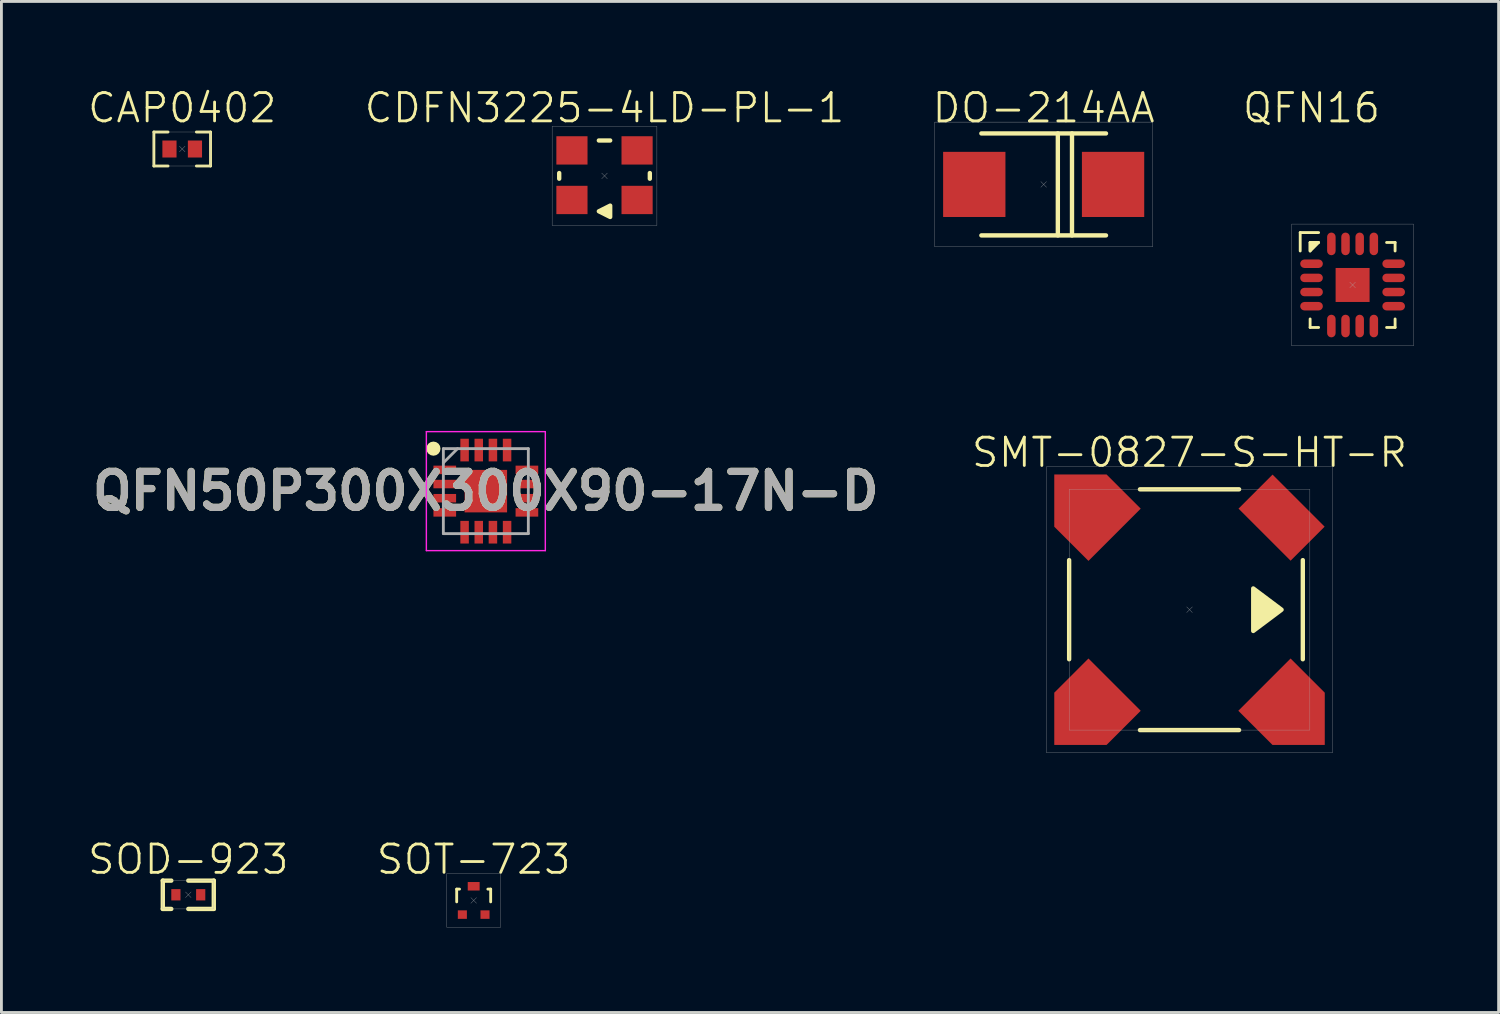
<source format=kicad_pcb>
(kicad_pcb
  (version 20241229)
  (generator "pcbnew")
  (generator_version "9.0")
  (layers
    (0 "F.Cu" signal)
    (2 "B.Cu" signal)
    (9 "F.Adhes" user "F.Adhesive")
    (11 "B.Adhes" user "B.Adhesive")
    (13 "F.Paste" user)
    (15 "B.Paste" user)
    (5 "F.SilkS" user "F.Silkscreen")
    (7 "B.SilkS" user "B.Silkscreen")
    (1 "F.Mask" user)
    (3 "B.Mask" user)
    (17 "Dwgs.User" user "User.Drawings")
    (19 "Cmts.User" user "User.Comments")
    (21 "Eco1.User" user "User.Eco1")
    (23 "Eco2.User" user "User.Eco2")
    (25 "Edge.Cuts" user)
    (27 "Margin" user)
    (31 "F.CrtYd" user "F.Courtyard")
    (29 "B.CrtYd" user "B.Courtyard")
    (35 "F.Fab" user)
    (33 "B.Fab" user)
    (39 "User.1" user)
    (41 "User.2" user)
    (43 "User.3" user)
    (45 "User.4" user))
  (footprint "SMT-0827-S-HT-R"
    (layer "F.Cu")
    (at 38.947 18.476)
    (property "Reference" "SMT-0827-S-HT-R" (at 0 -5.55 0) (unlocked yes) (layer "F.SilkS") (effects (font (size 1 1) (thickness 0.1))))
    (attr smd)
    (fp_line (start -4.25 -1.75) (end -4.25 1.75) (stroke (width 0.154) (type default)) (layer "F.SilkS"))
    (fp_line (start -1.75 -4.25) (end 1.75 -4.25) (stroke (width 0.154) (type default)) (layer "F.SilkS"))
    (fp_line (start -1.75 4.25) (end 1.75 4.25) (stroke (width 0.154) (type default)) (layer "F.SilkS"))
    (fp_line (start 4 -1.75) (end 4 1.75) (stroke (width 0.154) (type default)) (layer "F.SilkS"))
    (fp_poly (pts (xy 2.25 -0.75) (xy 2.25 0.75) (xy 3.25 0)) (stroke (width 0.154) (type solid)) (fill yes) (layer "F.SilkS"))
    (fp_line (start -0.1 -0.1) (end 0.1 0.1) (stroke (width 0.01) (type default)) (layer "F.Fab"))
    (fp_line (start 0.1 -0.1) (end -0.1 0.1) (stroke (width 0.01) (type default)) (layer "F.Fab"))
    (fp_rect (start -5.05 -5.05) (end 5.05 5.05) (stroke (width 0.01) (type default)) (fill no) (layer "F.Fab"))
    (fp_rect (start -4.25 -4.25) (end 4.25 4.25) (stroke (width 0.01) (type default)) (fill no) (layer "F.Fab"))
    (pad "1" smd rect (at 3.25 -3.25 315) (size 2.6 1.7) (layers "F.Cu" "F.Mask" "F.Paste"))
    (pad "2" smd custom (at -3.25 -3.25 45) (size 2.6 1.7) (layers "F.Cu" "F.Mask" "F.Paste") (options (anchor rect)) (primitives (gr_poly (pts (xy 1.3 -0.85) (xy 0 -2.15) (xy -1.3 -0.85) (xy -1.3 0.85) (xy 1.3 0.85)) (width 0.01) (fill yes))))
    (pad "3" smd custom (at -3.25 3.25 135) (size 2.6 1.7) (layers "F.Cu" "F.Mask" "F.Paste") (options (anchor rect)) (primitives (gr_poly (pts (xy 1.3 -0.85) (xy 0 -2.15) (xy -1.3 -0.85) (xy -1.3 0.85) (xy 1.3 0.85)) (width 0.01) (fill yes))))
    (pad "4" smd custom (at 3.25 3.25 225) (size 2.6 1.7) (layers "F.Cu" "F.Mask" "F.Paste") (options (anchor rect)) (primitives (gr_poly (pts (xy 1.3 -0.85) (xy 0 -2.15) (xy -1.3 -0.85) (xy -1.3 0.85) (xy 1.3 0.85)) (width 0.01) (fill yes)))))
  (footprint "SOD-923"
    (layer "F.Cu")
    (at 3.598 28.541)
    (property "Reference" "SOD-923" (at 0 -1.25 0) (unlocked yes) (layer "F.SilkS") (effects (font (size 1 1) (thickness 0.1))))
    (attr smd)
    (fp_line (start -0.9 -0.5) (end -0.6 -0.5) (stroke (width 0.154) (type default)) (layer "F.SilkS"))
    (fp_line (start -0.9 0.5) (end -0.9 -0.5) (stroke (width 0.154) (type default)) (layer "F.SilkS"))
    (fp_line (start -0.6 0.5) (end -0.9 0.5) (stroke (width 0.154) (type default)) (layer "F.SilkS"))
    (fp_line (start 0 0.5) (end 0.9 0.5) (stroke (width 0.154) (type default)) (layer "F.SilkS"))
    (fp_line (start 0.9 -0.5) (end 0 -0.5) (stroke (width 0.154) (type default)) (layer "F.SilkS"))
    (fp_line (start 0.9 0.5) (end 0.9 -0.5) (stroke (width 0.154) (type default)) (layer "F.SilkS"))
    (fp_line (start -0.1 -0.1) (end 0.1 0.1) (stroke (width 0.01) (type default)) (layer "F.Fab"))
    (fp_line (start 0.1 -0.1) (end -0.1 0.1) (stroke (width 0.01) (type default)) (layer "F.Fab"))
    (fp_rect (start -0.9 -0.5) (end 0.9 0.5) (stroke (width 0.01) (type default)) (fill no) (layer "F.Fab"))
    (pad "A" smd rect (at 0.438 0) (size 0.325 0.4) (layers "F.Cu" "F.Mask" "F.Paste"))
    (pad "K" smd rect (at -0.438 0) (size 0.325 0.4) (layers "F.Cu" "F.Mask" "F.Paste")))
  (footprint "CDFN3225-4LD-PL-1"
    (layer "F.Cu")
    (at 18.293 3.16)
    (property "Reference" "CDFN3225-4LD-PL-1" (at 0 -2.4 0) (unlocked yes) (layer "F.SilkS") (effects (font (size 1 1) (thickness 0.1))))
    (attr smd)
    (fp_line (start -1.6 0.1) (end -1.6 -0.1) (stroke (width 0.154) (type default)) (layer "F.SilkS"))
    (fp_line (start -0.2 -1.25) (end 0.2 -1.25) (stroke (width 0.154) (type default)) (layer "F.SilkS"))
    (fp_line (start 1.6 0.1) (end 1.6 -0.1) (stroke (width 0.154) (type default)) (layer "F.SilkS"))
    (fp_poly (pts (xy -0.2 1.25) (xy 0.2 1.45) (xy 0.2 1.05)) (stroke (width 0.154) (type solid)) (fill yes) (layer "F.SilkS"))
    (fp_line (start -0.1 -0.1) (end 0.1 0.1) (stroke (width 0.01) (type default)) (layer "F.Fab"))
    (fp_line (start -0.1 0.1) (end 0.1 -0.1) (stroke (width 0.01) (type default)) (layer "F.Fab"))
    (fp_rect (start -1.85 -1.75) (end 1.85 1.75) (stroke (width 0.01) (type default)) (fill no) (layer "F.Fab"))
    (pad "1" smd rect (at -1.15 0.85 180) (size 1.1 1) (layers "F.Cu" "F.Mask" "F.Paste"))
    (pad "2" smd rect (at 1.15 0.85 180) (size 1.1 1) (layers "F.Cu" "F.Mask" "F.Paste"))
    (pad "3" smd rect (at 1.15 -0.9 180) (size 1.1 1) (layers "F.Cu" "F.Mask" "F.Paste"))
    (pad "4" smd rect (at -1.15 -0.9 180) (size 1.1 1) (layers "F.Cu" "F.Mask" "F.Paste")))
  (footprint "DO-214AA"
    (layer "F.Cu")
    (at 33.798 3.461)
    (property "Reference" "DO-214AA" (at 0 -2.7 0) (unlocked yes) (layer "F.SilkS") (effects (font (size 1 1) (thickness 0.1))))
    (attr smd)
    (fp_line (start -2.2 -1.8) (end 2.2 -1.8) (stroke (width 0.154) (type default)) (layer "F.SilkS"))
    (fp_line (start -2.2 1.8) (end 2.2 1.8) (stroke (width 0.154) (type default)) (layer "F.SilkS"))
    (fp_line (start 0.5 1.8) (end 0.5 -1.8) (stroke (width 0.154) (type default)) (layer "F.SilkS"))
    (fp_line (start 1 -1.8) (end 1 1.8) (stroke (width 0.154) (type default)) (layer "F.SilkS"))
    (fp_line (start -0.1 -0.1) (end 0.1 0.1) (stroke (width 0.01) (type default)) (layer "F.Fab"))
    (fp_line (start 0.1 -0.1) (end -0.1 0.1) (stroke (width 0.01) (type default)) (layer "F.Fab"))
    (fp_rect (start -3.85 -2.2) (end 3.85 2.2) (stroke (width 0.01) (type default)) (fill no) (layer "F.Fab"))
    (pad "A" smd rect (at -2.45 0) (size 2.2 2.3) (layers "F.Cu" "F.Mask" "F.Paste"))
    (pad "K" smd rect (at 2.45 0) (size 2.2 2.3) (layers "F.Cu" "F.Mask" "F.Paste")))
  (footprint "QFN50P300X300X90-17N-D"
    (layer "F.Cu")
    (at 14.103 14.29)
    (property "Reference" "QFN50P300X300X90-17N-D" (at 0 0 0) (layer "F.SilkS") (effects (font (size 1.27 1.27) (thickness 0.254))))
    (attr smd)
    (fp_circle (center -1.85 -1.5) (end -1.85 -1.375) (stroke (width 0.25) (type solid)) (fill no) (layer "F.SilkS"))
    (fp_line (start -2.1 -2.1) (end 2.1 -2.1) (stroke (width 0.05) (type solid)) (layer "F.CrtYd"))
    (fp_line (start -2.1 2.1) (end -2.1 -2.1) (stroke (width 0.05) (type solid)) (layer "F.CrtYd"))
    (fp_line (start 2.1 -2.1) (end 2.1 2.1) (stroke (width 0.05) (type solid)) (layer "F.CrtYd"))
    (fp_line (start 2.1 2.1) (end -2.1 2.1) (stroke (width 0.05) (type solid)) (layer "F.CrtYd"))
    (fp_line (start -1.5 -1.5) (end 1.5 -1.5) (stroke (width 0.1) (type solid)) (layer "F.Fab"))
    (fp_line (start -1.5 -1) (end -1 -1.5) (stroke (width 0.1) (type solid)) (layer "F.Fab"))
    (fp_line (start -1.5 1.5) (end -1.5 -1.5) (stroke (width 0.1) (type solid)) (layer "F.Fab"))
    (fp_line (start 1.5 -1.5) (end 1.5 1.5) (stroke (width 0.1) (type solid)) (layer "F.Fab"))
    (fp_line (start 1.5 1.5) (end -1.5 1.5) (stroke (width 0.1) (type solid)) (layer "F.Fab"))
    (fp_text user "${REFERENCE}" (at 0 0 0) (layer "F.Fab") (effects (font (size 1.27 1.27) (thickness 0.254))))
    (pad "1" smd rect (at -1.45 -0.75 90) (size 0.3 0.8) (layers "F.Cu" "F.Mask" "F.Paste"))
    (pad "2" smd rect (at -1.45 -0.25 90) (size 0.3 0.8) (layers "F.Cu" "F.Mask" "F.Paste"))
    (pad "3" smd rect (at -1.45 0.25 90) (size 0.3 0.8) (layers "F.Cu" "F.Mask" "F.Paste"))
    (pad "4" smd rect (at -1.45 0.75 90) (size 0.3 0.8) (layers "F.Cu" "F.Mask" "F.Paste"))
    (pad "5" smd rect (at -0.75 1.45) (size 0.3 0.8) (layers "F.Cu" "F.Mask" "F.Paste"))
    (pad "6" smd rect (at -0.25 1.45) (size 0.3 0.8) (layers "F.Cu" "F.Mask" "F.Paste"))
    (pad "7" smd rect (at 0.25 1.45) (size 0.3 0.8) (layers "F.Cu" "F.Mask" "F.Paste"))
    (pad "8" smd rect (at 0.75 1.45) (size 0.3 0.8) (layers "F.Cu" "F.Mask" "F.Paste"))
    (pad "9" smd rect (at 1.45 0.75 90) (size 0.3 0.8) (layers "F.Cu" "F.Mask" "F.Paste"))
    (pad "10" smd rect (at 1.45 0.25 90) (size 0.3 0.8) (layers "F.Cu" "F.Mask" "F.Paste"))
    (pad "11" smd rect (at 1.45 -0.25 90) (size 0.3 0.8) (layers "F.Cu" "F.Mask" "F.Paste"))
    (pad "12" smd rect (at 1.45 -0.75 90) (size 0.3 0.8) (layers "F.Cu" "F.Mask" "F.Paste"))
    (pad "13" smd rect (at 0.75 -1.45) (size 0.3 0.8) (layers "F.Cu" "F.Mask" "F.Paste"))
    (pad "14" smd rect (at 0.25 -1.45) (size 0.3 0.8) (layers "F.Cu" "F.Mask" "F.Paste"))
    (pad "15" smd rect (at -0.25 -1.45) (size 0.3 0.8) (layers "F.Cu" "F.Mask" "F.Paste"))
    (pad "16" smd rect (at -0.75 -1.45) (size 0.3 0.8) (layers "F.Cu" "F.Mask" "F.Paste"))
    (pad "17" smd rect (at 0 0) (size 1.5 1.5) (layers "F.Cu" "F.Mask" "F.Paste")))
  (footprint "SOT-723"
    (layer "F.Cu")
    (at 13.674 28.741)
    (property "Reference" "SOT-723" (at 0 -1.45 0) (unlocked yes) (layer "F.SilkS") (effects (font (size 1 1) (thickness 0.1))))
    (attr smd)
    (fp_line (start -0.6 0.05) (end -0.6 -0.4) (stroke (width 0.1) (type default)) (layer "F.SilkS"))
    (fp_line (start -0.5 -0.4) (end -0.6 -0.4) (stroke (width 0.1) (type default)) (layer "F.SilkS"))
    (fp_line (start 0.6 -0.4) (end 0.5 -0.4) (stroke (width 0.1) (type default)) (layer "F.SilkS"))
    (fp_line (start 0.6 0.05) (end 0.6 -0.4) (stroke (width 0.1) (type default)) (layer "F.SilkS"))
    (fp_line (start -0.1 -0.1) (end 0.1 0.1) (stroke (width 0.01) (type default)) (layer "F.Fab"))
    (fp_line (start 0.1 -0.1) (end -0.1 0.1) (stroke (width 0.01) (type default)) (layer "F.Fab"))
    (fp_rect (start -0.95 -0.95) (end 0.95 0.95) (stroke (width 0.01) (type default)) (fill no) (layer "F.Fab"))
    (pad "1" smd rect (at -0.4 0.5) (size 0.32 0.3) (layers "F.Cu" "F.Mask" "F.Paste"))
    (pad "2" smd rect (at 0.4 0.5) (size 0.32 0.3) (layers "F.Cu" "F.Mask" "F.Paste"))
    (pad "3" smd rect (at 0 -0.5) (size 0.42 0.3) (layers "F.Cu" "F.Mask" "F.Paste")))
  (footprint "CAP0402"
    (layer "F.Cu")
    (at 3.383 2.211)
    (property "Reference" "CAP0402" (at 0 -1.45 0) (unlocked yes) (layer "F.SilkS") (effects (font (size 1 1) (thickness 0.1))))
    (attr smd)
    (fp_line (start -1 -0.6) (end -1 0.6) (stroke (width 0.1) (type default)) (layer "F.SilkS"))
    (fp_line (start -1 -0.6) (end -0.5 -0.6) (stroke (width 0.1) (type default)) (layer "F.SilkS"))
    (fp_line (start -1 0.6) (end -0.5 0.6) (stroke (width 0.1) (type default)) (layer "F.SilkS"))
    (fp_line (start 0.5 0.6) (end 1 0.6) (stroke (width 0.1) (type default)) (layer "F.SilkS"))
    (fp_line (start 1 -0.6) (end 0.5 -0.6) (stroke (width 0.1) (type default)) (layer "F.SilkS"))
    (fp_line (start 1 0.6) (end 1 -0.6) (stroke (width 0.1) (type default)) (layer "F.SilkS"))
    (fp_line (start -0.1 -0.1) (end 0.1 0.1) (stroke (width 0.01) (type default)) (layer "F.Fab"))
    (fp_line (start 0.1 -0.1) (end -0.1 0.1) (stroke (width 0.01) (type default)) (layer "F.Fab"))
    (fp_rect (start -1 -0.6) (end 1 0.6) (stroke (width 0.01) (type default)) (fill no) (layer "F.Fab"))
    (pad "1" smd rect (at -0.45 0) (size 0.5 0.6) (layers "F.Cu" "F.Mask" "F.Paste"))
    (pad "2" smd rect (at 0.45 0) (size 0.5 0.6) (layers "F.Cu" "F.Mask" "F.Paste")))
  (footprint "QFN16"
    (layer "F.Cu")
    (at 44.705 7.011)
    (property "Reference" "QFN16" (at -1.45 -6.25 0) (unlocked yes) (layer "F.SilkS") (effects (font (size 1 1) (thickness 0.1))))
    (attr smd)
    (fp_line (start -1.85 -1.85) (end -1.2 -1.85) (stroke (width 0.1) (type default)) (layer "F.SilkS"))
    (fp_line (start -1.85 -1.2) (end -1.85 -1.85) (stroke (width 0.1) (type default)) (layer "F.SilkS"))
    (fp_line (start -1.5 -1.5) (end -1.2 -1.5) (stroke (width 0.1) (type default)) (layer "F.SilkS"))
    (fp_line (start -1.5 -1.2) (end -1.5 -1.5) (stroke (width 0.1) (type default)) (layer "F.SilkS"))
    (fp_line (start -1.5 1.5) (end -1.5 1.2) (stroke (width 0.1) (type default)) (layer "F.SilkS"))
    (fp_line (start -1.5 1.5) (end -1.2 1.5) (stroke (width 0.1) (type default)) (layer "F.SilkS"))
    (fp_line (start 1.2 -1.5) (end 1.5 -1.5) (stroke (width 0.1) (type default)) (layer "F.SilkS"))
    (fp_line (start 1.2 1.5) (end 1.5 1.5) (stroke (width 0.1) (type default)) (layer "F.SilkS"))
    (fp_line (start 1.5 -1.2) (end 1.5 -1.5) (stroke (width 0.1) (type default)) (layer "F.SilkS"))
    (fp_line (start 1.5 1.5) (end 1.5 1.2) (stroke (width 0.1) (type default)) (layer "F.SilkS"))
    (fp_poly (pts (xy -1.5 -1.5) (xy -1.5 -1.2) (xy -1.2 -1.5)) (stroke (width 0.1) (type solid)) (fill yes) (layer "F.SilkS"))
    (fp_line (start -0.1 -0.1) (end 0.1 0.1) (stroke (width 0.01) (type default)) (layer "F.Fab"))
    (fp_line (start 0.1 -0.1) (end -0.1 0.1) (stroke (width 0.01) (type default)) (layer "F.Fab"))
    (fp_rect (start -2.15 -2.15) (end 2.15 2.15) (stroke (width 0.01) (type default)) (fill no) (layer "F.Fab"))
    (pad "1" smd roundrect (at -1.45 -0.75 90) (size 0.3 0.8) (layers "F.Cu" "F.Mask" "F.Paste") (roundrect_rratio 0.5))
    (pad "2" smd roundrect (at -1.45 -0.25 90) (size 0.3 0.8) (layers "F.Cu" "F.Mask" "F.Paste") (roundrect_rratio 0.5))
    (pad "3" smd roundrect (at -1.45 0.25 90) (size 0.3 0.8) (layers "F.Cu" "F.Mask" "F.Paste") (roundrect_rratio 0.5))
    (pad "4" smd roundrect (at -1.45 0.75 90) (size 0.3 0.8) (layers "F.Cu" "F.Mask" "F.Paste") (roundrect_rratio 0.5))
    (pad "5" smd roundrect (at -0.75 1.45 180) (size 0.3 0.8) (layers "F.Cu" "F.Mask" "F.Paste") (roundrect_rratio 0.5))
    (pad "6" smd roundrect (at -0.25 1.45 180) (size 0.3 0.8) (layers "F.Cu" "F.Mask" "F.Paste") (roundrect_rratio 0.5))
    (pad "7" smd roundrect (at 0.25 1.45 180) (size 0.3 0.8) (layers "F.Cu" "F.Mask" "F.Paste") (roundrect_rratio 0.5))
    (pad "8" smd roundrect (at 0.75 1.45 180) (size 0.3 0.8) (layers "F.Cu" "F.Mask" "F.Paste") (roundrect_rratio 0.5))
    (pad "9" smd roundrect (at 1.45 0.75 90) (size 0.3 0.8) (layers "F.Cu" "F.Mask" "F.Paste") (roundrect_rratio 0.5))
    (pad "10" smd roundrect (at 1.45 0.25 90) (size 0.3 0.8) (layers "F.Cu" "F.Mask" "F.Paste") (roundrect_rratio 0.5))
    (pad "11" smd roundrect (at 1.45 -0.25 90) (size 0.3 0.8) (layers "F.Cu" "F.Mask" "F.Paste") (roundrect_rratio 0.5))
    (pad "12" smd roundrect (at 1.45 -0.75 90) (size 0.3 0.8) (layers "F.Cu" "F.Mask" "F.Paste") (roundrect_rratio 0.5))
    (pad "13" smd roundrect (at 0.75 -1.45 180) (size 0.3 0.8) (layers "F.Cu" "F.Mask" "F.Paste") (roundrect_rratio 0.5))
    (pad "14" smd roundrect (at 0.25 -1.45 180) (size 0.3 0.8) (layers "F.Cu" "F.Mask" "F.Paste") (roundrect_rratio 0.5))
    (pad "15" smd roundrect (at -0.25 -1.45 180) (size 0.3 0.8) (layers "F.Cu" "F.Mask" "F.Paste") (roundrect_rratio 0.5))
    (pad "16" smd roundrect (at -0.75 -1.45 180) (size 0.3 0.8) (layers "F.Cu" "F.Mask" "F.Paste") (roundrect_rratio 0.5))
    (pad "17" smd rect (at 0 0) (size 1.2 1.2) (layers "F.Cu" "F.Mask" "F.Paste")))
  (gr_rect
    (start -3 -3)
    (end 49.86 32.697)
    (stroke (width 0.1) (type default))
    (fill no)
    (layer "Edge.Cuts")))
</source>
